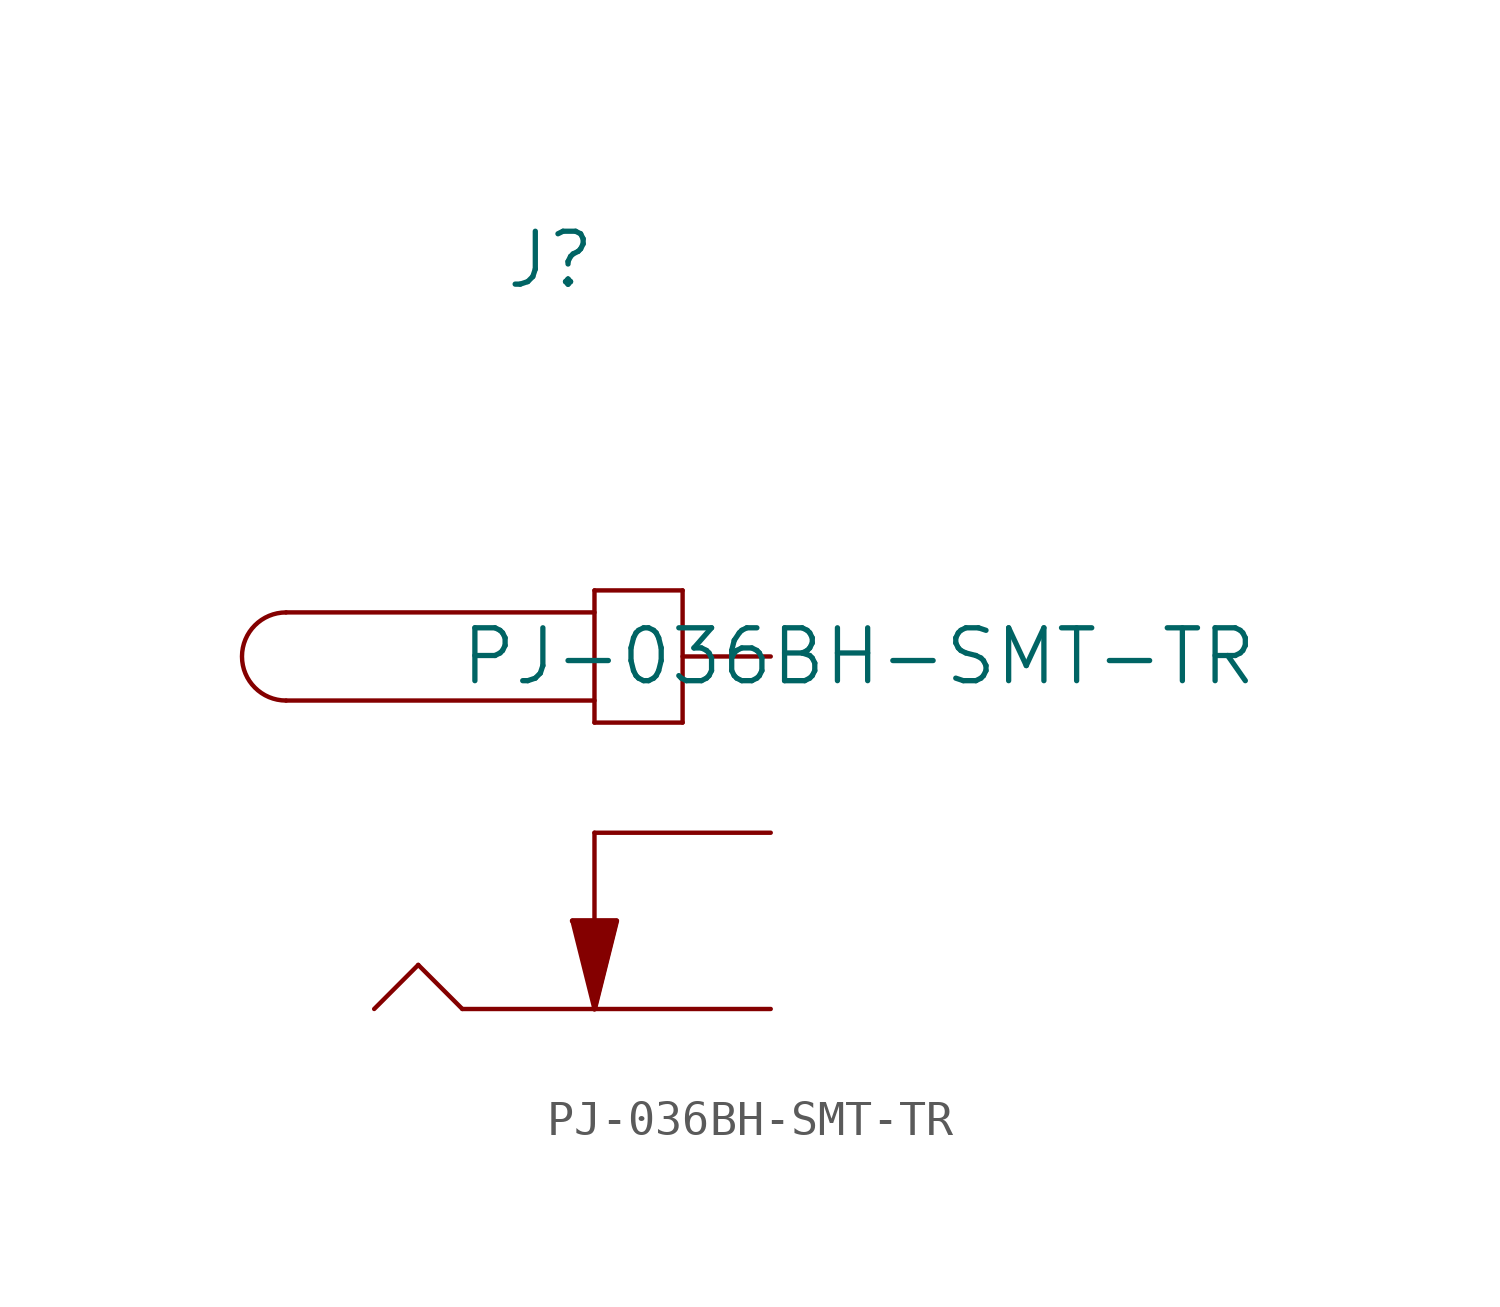
<source format=kicad_sym>
(kicad_symbol_lib
  (version 20211014)
  (generator kicad_symbol_editor)
  (symbol "PJ-036BH-SMT-TR"
    (pin_names
      (offset 0.254))
    (property "Reference" "J"
      (at -8.89 11.43 0)
      (effects (font (size 1.524 1.524))))
    (property "Value" "PJ-036BH-SMT-TR"
      (at 0 0 0)
      (effects (font (size 1.524 1.524))))
    (symbol "PJ-036BH-SMT-TR_0_1"
      (polyline (pts (xy -7.62 1.905) (xy -5.08 1.905)) (stroke (width 0.127) (type default) (color 0 0 0 0)) (fill (type none)))
      (polyline (pts (xy -5.08 1.905) (xy -5.08 -1.905)) (stroke (width 0.127) (type default) (color 0 0 0 0)) (fill (type none)))
      (polyline (pts (xy -7.62 1.905) (xy -7.62 -1.905)) (stroke (width 0.127) (type default) (color 0 0 0 0)) (fill (type none)))
      (polyline (pts (xy -7.62 -1.905) (xy -5.08 -1.905)) (stroke (width 0.127) (type default) (color 0 0 0 0)) (fill (type none)))
      (polyline (pts (xy -5.08 0) (xy -2.54 0)) (stroke (width 0.127) (type default) (color 0 0 0 0)) (fill (type none)))
      (polyline (pts (xy -7.62 1.27) (xy -16.51 1.27)) (stroke (width 0.127) (type default) (color 0 0 0 0)) (fill (type none)))
      (arc (start -16.51 1.27) (mid -17.78 0) (end -16.51 -1.27) (stroke (width 0.127) (type default) (color 0 0 0 0)) (fill (type none)))
      (polyline (pts (xy -16.51 -1.27) (xy -7.62 -1.27)) (stroke (width 0.127) (type default) (color 0 0 0 0)) (fill (type none)))
      (polyline (pts (xy -11.43 -10.16) (xy -12.7 -8.89)) (stroke (width 0.127) (type default) (color 0 0 0 0)) (fill (type none)))
      (polyline (pts (xy -12.7 -8.89) (xy -13.97 -10.16)) (stroke (width 0.127) (type default) (color 0 0 0 0)) (fill (type none)))
      (polyline (pts (xy -11.43 -10.16) (xy -2.54 -10.16)) (stroke (width 0.127) (type default) (color 0 0 0 0)) (fill (type none)))
      (polyline (pts (xy -2.54 -5.08) (xy -7.62 -5.08)) (stroke (width 0.127) (type default) (color 0 0 0 0)) (fill (type none)))
      (polyline (pts (xy -7.62 -5.08) (xy -7.62 -7.62)) (stroke (width 0.127) (type default) (color 0 0 0 0)) (fill (type none)))
      (polyline (pts (xy -7.62 -7.62) (xy -8.255 -7.62)) (stroke (width 0.127) (type default) (color 0 0 0 0)) (fill (type none)))
      (polyline (pts (xy -8.255 -7.62) (xy -7.62 -10.16)) (stroke (width 0.127) (type default) (color 0 0 0 0)) (fill (type none)))
      (polyline (pts (xy -7.62 -7.62) (xy -6.985 -7.62)) (stroke (width 0.127) (type default) (color 0 0 0 0)) (fill (type none)))
      (polyline (pts (xy -7.62 -10.16) (xy -6.985 -7.62)) (stroke (width 0.127) (type default) (color 0 0 0 0)) (fill (type none)))
      (polyline (pts (xy -8.255 -7.62) (xy -6.985 -7.62) (xy -7.62 -10.16)) (stroke (width 0) (type default) (color 0 0 0 0)) (fill (type outline))))))
</source>
